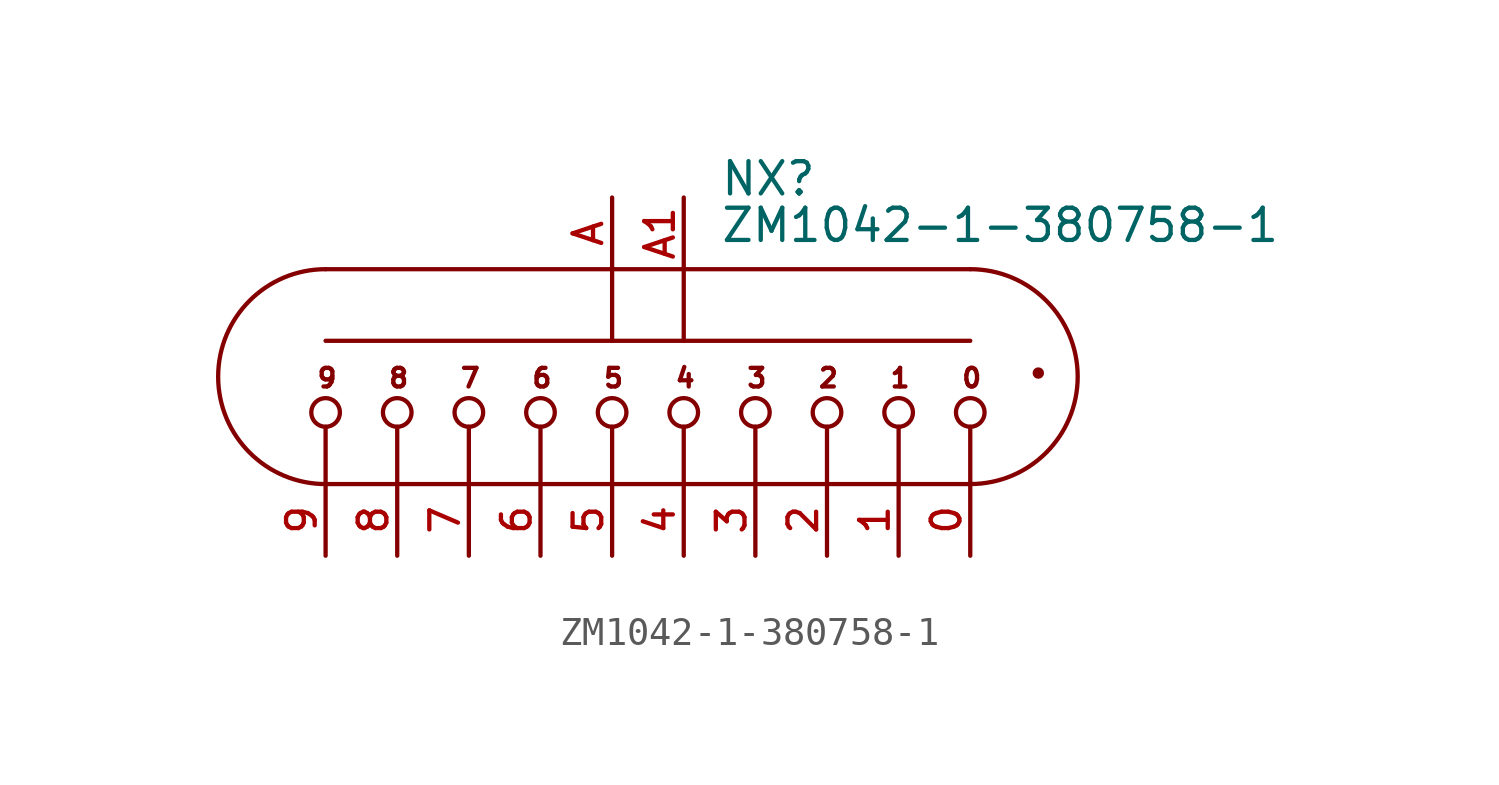
<source format=kicad_sym>
(kicad_symbol_lib
  (version 20241209)
  (generator "kicad_symbol_editor")
  (generator_version "9.0")
  (symbol "ZM1042-1-380758-1"
    (pin_names
      (offset 1.016)
      (hide yes))
    (property "Reference" "NX"
      (at 3.81 5.08 0)
      (effects (font (size 1.143 1.143)) (justify left bottom)))
    (property "Value" "ZM1042-1-380758-1"
      (at 3.81 3.429 0)
      (effects (font (size 1.143 1.143)) (justify left bottom)))
    (property "ki_locked" ""
      (at 0 0 0)
      (effects (font (size 1.27 1.27))))
    (symbol "ZM1042-1-380758-1_1_0"
      (polyline (pts (xy -10.16 2.54) (xy 0 2.54)) (stroke (width 0) (type solid)) (fill (type none)))
      (polyline (pts (xy -10.16 0) (xy 0 0)) (stroke (width 0) (type solid)) (fill (type none)))
      (polyline (pts (xy -10.16 -5.08) (xy -10.16 -3.048)) (stroke (width 0) (type solid)) (fill (type none)))
      (polyline (pts (xy -10.16 -5.08) (xy -7.62 -5.08)) (stroke (width 0) (type solid)) (fill (type none)))
      (polyline (pts (xy -7.62 -5.08) (xy -7.62 -3.048)) (stroke (width 0) (type solid)) (fill (type none)))
      (polyline (pts (xy -7.62 -5.08) (xy -5.08 -5.08)) (stroke (width 0) (type solid)) (fill (type none)))
      (polyline (pts (xy -5.08 -5.08) (xy -5.08 -3.048)) (stroke (width 0) (type solid)) (fill (type none)))
      (polyline (pts (xy -5.08 -5.08) (xy -2.54 -5.08)) (stroke (width 0) (type solid)) (fill (type none)))
      (polyline (pts (xy -2.54 -5.08) (xy -2.54 -3.048)) (stroke (width 0) (type solid)) (fill (type none)))
      (polyline (pts (xy -2.54 -5.08) (xy 0 -5.08)) (stroke (width 0) (type solid)) (fill (type none)))
      (polyline (pts (xy 0 2.54) (xy 0 0)) (stroke (width 0) (type solid)) (fill (type none)))
      (polyline (pts (xy 0 2.54) (xy 2.54 2.54)) (stroke (width 0) (type solid)) (fill (type none)))
      (polyline (pts (xy 0 0) (xy 2.54 0)) (stroke (width 0) (type solid)) (fill (type none)))
      (polyline (pts (xy 0 -5.08) (xy 0 -3.048)) (stroke (width 0) (type solid)) (fill (type none)))
      (polyline (pts (xy 0 -5.08) (xy 2.54 -5.08)) (stroke (width 0) (type solid)) (fill (type none)))
      (polyline (pts (xy 2.54 2.54) (xy 2.54 0)) (stroke (width 0) (type solid)) (fill (type none)))
      (polyline (pts (xy 2.54 2.54) (xy 12.7 2.54)) (stroke (width 0) (type solid)) (fill (type none)))
      (polyline (pts (xy 2.54 0) (xy 12.7 0)) (stroke (width 0) (type solid)) (fill (type none)))
      (polyline (pts (xy 2.54 -5.08) (xy 2.54 -3.048)) (stroke (width 0) (type solid)) (fill (type none)))
      (polyline (pts (xy 2.54 -5.08) (xy 5.08 -5.08)) (stroke (width 0) (type solid)) (fill (type none)))
      (polyline (pts (xy 5.08 -5.08) (xy 5.08 -3.048)) (stroke (width 0) (type solid)) (fill (type none)))
      (polyline (pts (xy 5.08 -5.08) (xy 7.62 -5.08)) (stroke (width 0) (type solid)) (fill (type none)))
      (polyline (pts (xy 7.62 -5.08) (xy 7.62 -3.048)) (stroke (width 0) (type solid)) (fill (type none)))
      (polyline (pts (xy 7.62 -5.08) (xy 10.16 -5.08)) (stroke (width 0) (type solid)) (fill (type none)))
      (polyline (pts (xy 10.16 -5.08) (xy 10.16 -3.048)) (stroke (width 0) (type solid)) (fill (type none)))
      (polyline (pts (xy 10.16 -5.08) (xy 12.7 -5.08)) (stroke (width 0) (type solid)) (fill (type none)))
      (polyline (pts (xy 12.7 -5.08) (xy 12.7 -3.048)) (stroke (width 0) (type solid)) (fill (type none)))
      (text "9" (at -10.109 -1.321 0) (effects (font (size 0.66 0.66))))
      (text "8" (at -7.569 -1.321 0) (effects (font (size 0.66 0.66))))
      (text "7" (at -5.029 -1.321 0) (effects (font (size 0.66 0.66))))
      (text "6" (at -2.489 -1.321 0) (effects (font (size 0.66 0.66))))
      (text "5" (at 0.051 -1.321 0) (effects (font (size 0.66 0.66))))
      (text "4" (at 2.591 -1.321 0) (effects (font (size 0.66 0.66))))
      (text "3" (at 5.131 -1.321 0) (effects (font (size 0.66 0.66))))
      (text "2" (at 7.671 -1.321 0) (effects (font (size 0.66 0.66))))
      (text "1" (at 10.211 -1.321 0) (effects (font (size 0.66 0.66))))
      (text "0" (at 12.751 -1.321 0) (effects (font (size 0.66 0.66)))))
    (symbol "ZM1042-1-380758-1_1_1"
      (arc (start -10.16 -5.08) (mid -13.97 -1.27) (end -10.16 2.54) (stroke (width 0) (type solid)) (fill (type none)))
      (circle (center -10.16 -2.54) (radius 0.508) (stroke (width 0) (type solid)) (fill (type none)))
      (circle (center -7.62 -2.54) (radius 0.508) (stroke (width 0) (type solid)) (fill (type none)))
      (circle (center -5.08 -2.54) (radius 0.508) (stroke (width 0) (type solid)) (fill (type none)))
      (circle (center -2.54 -2.54) (radius 0.508) (stroke (width 0) (type solid)) (fill (type none)))
      (circle (center 0 -2.54) (radius 0.508) (stroke (width 0) (type solid)) (fill (type none)))
      (circle (center 2.54 -2.54) (radius 0.508) (stroke (width 0) (type solid)) (fill (type none)))
      (circle (center 5.08 -2.54) (radius 0.508) (stroke (width 0) (type solid)) (fill (type none)))
      (circle (center 7.62 -2.54) (radius 0.508) (stroke (width 0) (type solid)) (fill (type none)))
      (circle (center 10.16 -2.54) (radius 0.508) (stroke (width 0) (type solid)) (fill (type none)))
      (arc (start 12.7 2.54) (mid 16.51 -1.27) (end 12.7 -5.08) (stroke (width 0) (type solid)) (fill (type none)))
      (circle (center 12.7 -2.54) (radius 0.508) (stroke (width 0) (type solid)) (fill (type none)))
      (circle (center 15.113 -1.143) (radius 0.127) (stroke (width 0) (type solid)) (fill (type outline)))
      (pin passive line (at -10.16 -7.62 90) (length 2.54) (name "9" (effects (font (size 1.016 1.016)))) (number "9" (effects (font (size 1.016 1.016)))))
      (pin passive line (at -7.62 -7.62 90) (length 2.54) (name "8" (effects (font (size 1.016 1.016)))) (number "8" (effects (font (size 1.016 1.016)))))
      (pin passive line (at -5.08 -7.62 90) (length 2.54) (name "7" (effects (font (size 1.016 1.016)))) (number "7" (effects (font (size 1.016 1.016)))))
      (pin passive line (at -2.54 -7.62 90) (length 2.54) (name "6" (effects (font (size 1.016 1.016)))) (number "6" (effects (font (size 1.016 1.016)))))
      (pin passive line (at 0 5.08 270) (length 2.54) (name "A1" (effects (font (size 1.016 1.016)))) (number "A" (effects (font (size 1.016 1.016)))))
      (pin passive line (at 0 -7.62 90) (length 2.54) (name "5" (effects (font (size 1.016 1.016)))) (number "5" (effects (font (size 1.016 1.016)))))
      (pin passive line (at 2.54 5.08 270) (length 2.54) (name "A2" (effects (font (size 1.016 1.016)))) (number "A1" (effects (font (size 1.016 1.016)))))
      (pin passive line (at 2.54 -7.62 90) (length 2.54) (name "4" (effects (font (size 1.016 1.016)))) (number "4" (effects (font (size 1.016 1.016)))))
      (pin passive line (at 5.08 -7.62 90) (length 2.54) (name "3" (effects (font (size 1.016 1.016)))) (number "3" (effects (font (size 1.016 1.016)))))
      (pin passive line (at 7.62 -7.62 90) (length 2.54) (name "2" (effects (font (size 1.016 1.016)))) (number "2" (effects (font (size 1.016 1.016)))))
      (pin passive line (at 10.16 -7.62 90) (length 2.54) (name "1" (effects (font (size 1.016 1.016)))) (number "1" (effects (font (size 1.016 1.016)))))
      (pin passive line (at 12.7 -7.62 90) (length 2.54) (name "0" (effects (font (size 1.016 1.016)))) (number "0" (effects (font (size 1.016 1.016))))))))
</source>
